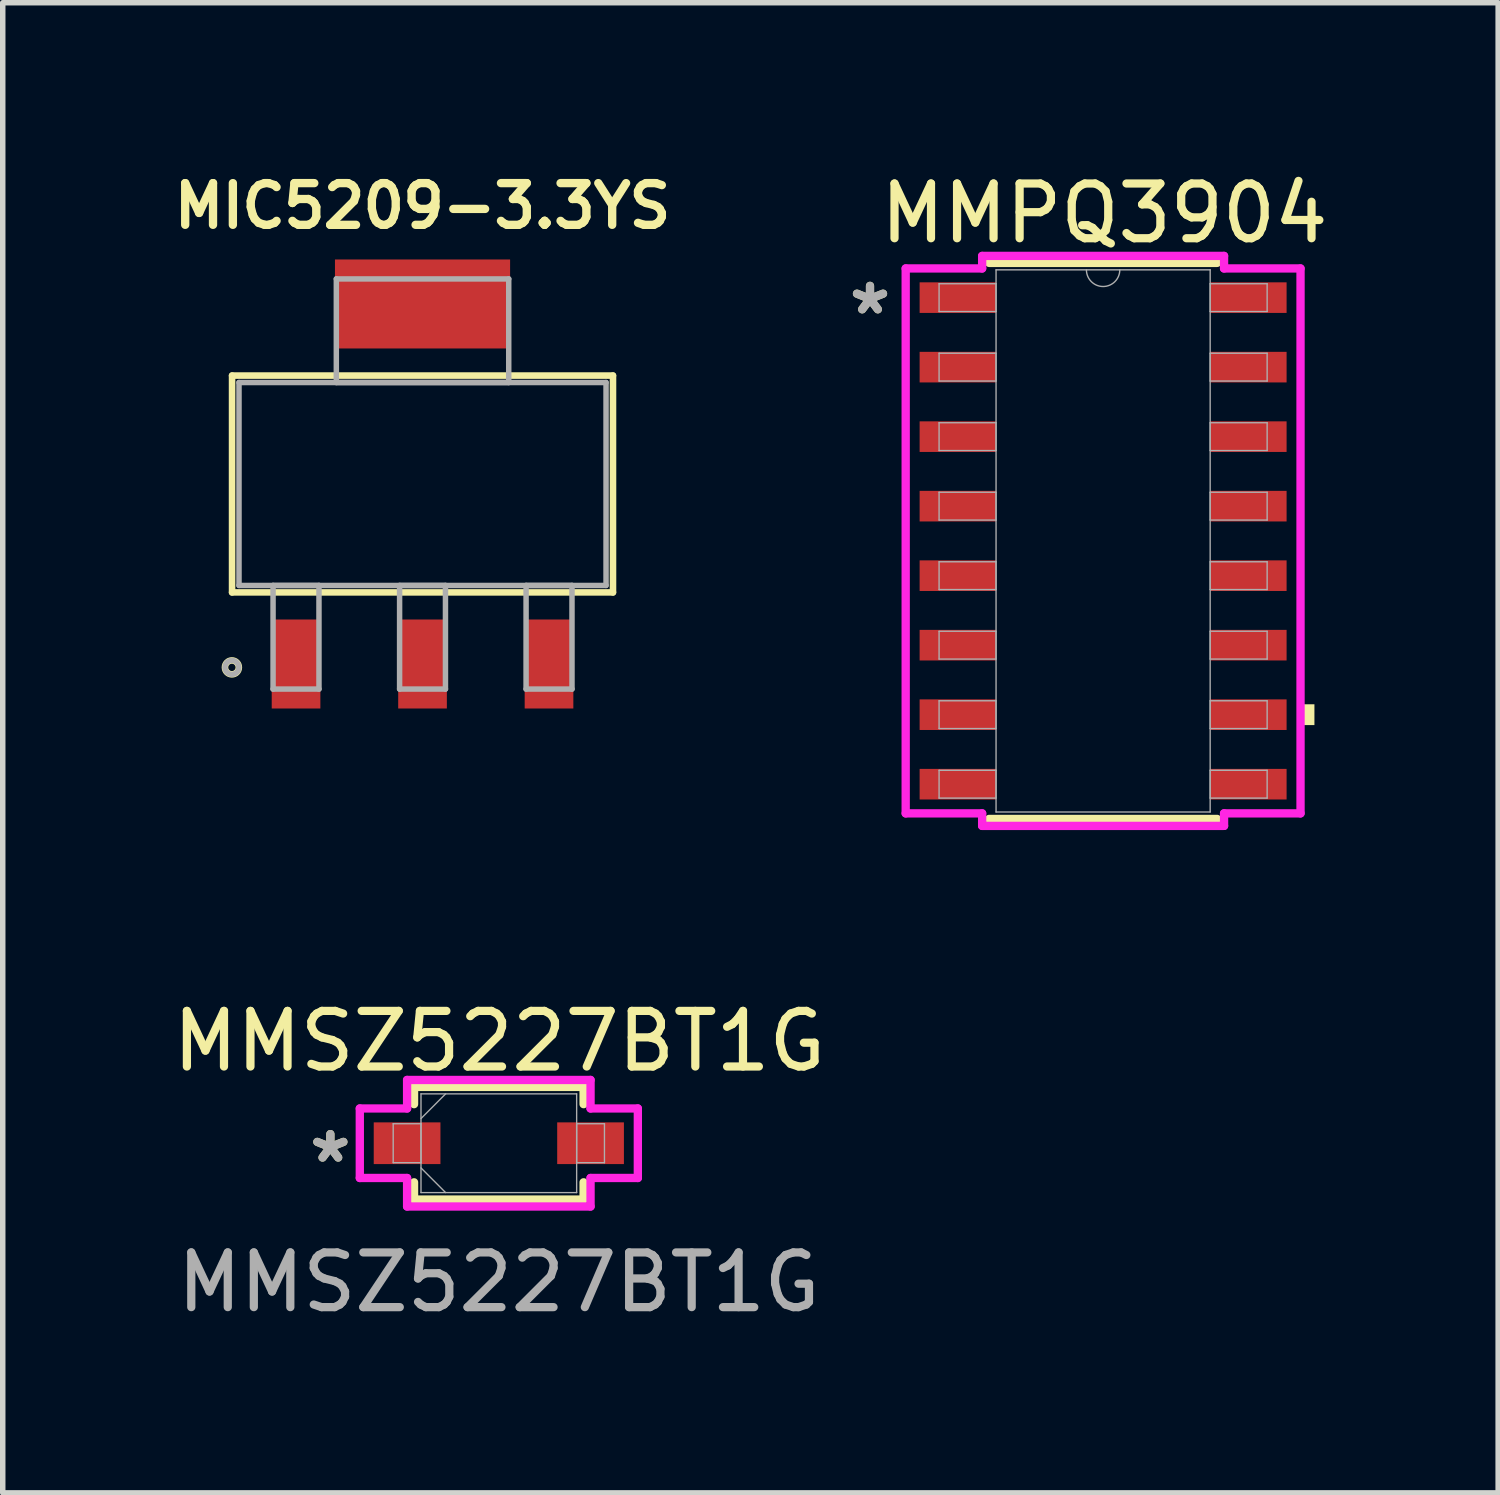
<source format=kicad_pcb>
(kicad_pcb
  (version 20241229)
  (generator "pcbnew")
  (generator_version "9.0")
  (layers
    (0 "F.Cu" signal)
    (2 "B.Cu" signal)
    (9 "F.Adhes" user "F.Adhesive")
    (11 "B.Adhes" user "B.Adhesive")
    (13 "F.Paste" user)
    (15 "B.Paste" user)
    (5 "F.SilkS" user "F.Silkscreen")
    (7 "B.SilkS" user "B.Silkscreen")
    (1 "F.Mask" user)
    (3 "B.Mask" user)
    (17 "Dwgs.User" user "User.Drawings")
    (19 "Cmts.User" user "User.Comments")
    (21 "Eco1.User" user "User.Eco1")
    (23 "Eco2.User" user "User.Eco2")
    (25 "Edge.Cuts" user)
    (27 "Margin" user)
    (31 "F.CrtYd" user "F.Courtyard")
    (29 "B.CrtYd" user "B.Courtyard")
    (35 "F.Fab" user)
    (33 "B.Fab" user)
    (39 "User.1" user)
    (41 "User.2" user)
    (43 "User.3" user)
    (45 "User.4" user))
  (footprint "MMSZ5227BT1G"
    (layer "F.Cu")
    (at 6.064 17.838)
    (property "Reference" "MMSZ5227BT1G" (at 0.01 -1.864 0) (unlocked yes) (layer "F.SilkS") (effects (font (size 1.016 1.016) (thickness 0.15))))
    (attr smd)
    (fp_line (start -1.549 -1.029) (end -1.549 -0.714) (stroke (width 0.152) (type solid)) (layer "F.SilkS"))
    (fp_line (start -1.549 0.714) (end -1.549 1.029) (stroke (width 0.152) (type solid)) (layer "F.SilkS"))
    (fp_line (start -1.549 1.029) (end 1.549 1.029) (stroke (width 0.152) (type solid)) (layer "F.SilkS"))
    (fp_line (start 1.549 -1.029) (end -1.549 -1.029) (stroke (width 0.152) (type solid)) (layer "F.SilkS"))
    (fp_line (start 1.549 -0.714) (end 1.549 -1.029) (stroke (width 0.152) (type solid)) (layer "F.SilkS"))
    (fp_line (start 1.549 1.029) (end 1.549 0.714) (stroke (width 0.152) (type solid)) (layer "F.SilkS"))
    (fp_line (start -2.54 -0.635) (end -1.676 -0.635) (stroke (width 0.152) (type solid)) (layer "F.CrtYd"))
    (fp_line (start -2.54 0.635) (end -2.54 -0.635) (stroke (width 0.152) (type solid)) (layer "F.CrtYd"))
    (fp_line (start -1.676 -1.156) (end 1.676 -1.156) (stroke (width 0.152) (type solid)) (layer "F.CrtYd"))
    (fp_line (start -1.676 -0.635) (end -1.676 -1.156) (stroke (width 0.152) (type solid)) (layer "F.CrtYd"))
    (fp_line (start -1.676 0.635) (end -2.54 0.635) (stroke (width 0.152) (type solid)) (layer "F.CrtYd"))
    (fp_line (start -1.676 1.156) (end -1.676 0.635) (stroke (width 0.152) (type solid)) (layer "F.CrtYd"))
    (fp_line (start 1.676 -1.156) (end 1.676 -0.635) (stroke (width 0.152) (type solid)) (layer "F.CrtYd"))
    (fp_line (start 1.676 -0.635) (end 2.54 -0.635) (stroke (width 0.152) (type solid)) (layer "F.CrtYd"))
    (fp_line (start 1.676 0.635) (end 1.676 1.156) (stroke (width 0.152) (type solid)) (layer "F.CrtYd"))
    (fp_line (start 1.676 1.156) (end -1.676 1.156) (stroke (width 0.152) (type solid)) (layer "F.CrtYd"))
    (fp_line (start 2.54 -0.635) (end 2.54 0.635) (stroke (width 0.152) (type solid)) (layer "F.CrtYd"))
    (fp_line (start 2.54 0.635) (end 1.676 0.635) (stroke (width 0.152) (type solid)) (layer "F.CrtYd"))
    (fp_line (start -1.93 -0.356) (end -1.93 0.356) (stroke (width 0.025) (type solid)) (layer "F.Fab"))
    (fp_line (start -1.93 0.356) (end -1.422 0.356) (stroke (width 0.025) (type solid)) (layer "F.Fab"))
    (fp_line (start -1.422 -0.902) (end -1.422 0.902) (stroke (width 0.025) (type solid)) (layer "F.Fab"))
    (fp_line (start -1.422 -0.451) (end -0.972 -0.902) (stroke (width 0.025) (type solid)) (layer "F.Fab"))
    (fp_line (start -1.422 -0.356) (end -1.93 -0.356) (stroke (width 0.025) (type solid)) (layer "F.Fab"))
    (fp_line (start -1.422 0.356) (end -1.422 -0.356) (stroke (width 0.025) (type solid)) (layer "F.Fab"))
    (fp_line (start -1.422 0.451) (end -0.972 0.902) (stroke (width 0.025) (type solid)) (layer "F.Fab"))
    (fp_line (start -1.422 0.902) (end 1.422 0.902) (stroke (width 0.025) (type solid)) (layer "F.Fab"))
    (fp_line (start 1.422 -0.902) (end -1.422 -0.902) (stroke (width 0.025) (type solid)) (layer "F.Fab"))
    (fp_line (start 1.422 -0.356) (end 1.422 0.356) (stroke (width 0.025) (type solid)) (layer "F.Fab"))
    (fp_line (start 1.422 0.356) (end 1.93 0.356) (stroke (width 0.025) (type solid)) (layer "F.Fab"))
    (fp_line (start 1.422 0.902) (end 1.422 -0.902) (stroke (width 0.025) (type solid)) (layer "F.Fab"))
    (fp_line (start 1.93 -0.356) (end 1.422 -0.356) (stroke (width 0.025) (type solid)) (layer "F.Fab"))
    (fp_line (start 1.93 0.356) (end 1.93 -0.356) (stroke (width 0.025) (type solid)) (layer "F.Fab"))
    (fp_text user "*" (at -3.078 0.378 0) (layer "F.SilkS") (effects (font (size 1 1) (thickness 0.15))))
    (fp_text user "*" (at -3.078 0.378 0) (layer "F.Fab") (effects (font (size 1 1) (thickness 0.15))))
    (fp_text user "${REFERENCE}" (at 0 2.54 0) (unlocked yes) (layer "F.Fab") (effects (font (size 1 1) (thickness 0.15))))
    (pad "1" smd rect (at -1.676 0) (size 1.219 0.762) (layers "F.Cu" "F.Mask" "F.Paste"))
    (pad "2" smd rect (at 1.676 0) (size 1.219 0.762) (layers "F.Cu" "F.Mask" "F.Paste")))
  (footprint "MIC5209-3.3YS"
    (layer "F.Cu")
    (at 4.67 5.793)
    (property "Reference" "MIC5209-3.3YS" (at 0 -5.08 0) (layer "F.SilkS") (effects (font (size 0.762 0.762) (thickness 0.152) (bold yes))))
    (attr smd)
    (fp_line (start -3.48 -1.981) (end -3.48 1.981) (stroke (width 0.12) (type solid)) (layer "F.SilkS"))
    (fp_line (start -3.48 1.981) (end 3.48 1.981) (stroke (width 0.12) (type solid)) (layer "F.SilkS"))
    (fp_line (start 3.48 -1.981) (end -3.48 -1.981) (stroke (width 0.12) (type solid)) (layer "F.SilkS"))
    (fp_line (start 3.48 1.981) (end 3.48 -1.981) (stroke (width 0.12) (type solid)) (layer "F.SilkS"))
    (fp_circle (center -3.483 3.351) (end -3.356 3.351) (stroke (width 0.12) (type solid)) (fill no) (layer "F.SilkS"))
    (fp_line (start -3.353 -1.854) (end -3.353 1.854) (stroke (width 0.1) (type solid)) (layer "F.Fab"))
    (fp_line (start -3.353 1.854) (end 3.353 1.854) (stroke (width 0.1) (type solid)) (layer "F.Fab"))
    (fp_line (start -2.731 1.854) (end -2.731 3.747) (stroke (width 0.1) (type solid)) (layer "F.Fab"))
    (fp_line (start -2.731 3.747) (end -1.892 3.747) (stroke (width 0.1) (type solid)) (layer "F.Fab"))
    (fp_line (start -1.892 1.854) (end -2.731 1.854) (stroke (width 0.1) (type solid)) (layer "F.Fab"))
    (fp_line (start -1.892 3.747) (end -1.892 1.854) (stroke (width 0.1) (type solid)) (layer "F.Fab"))
    (fp_line (start -1.575 -3.747) (end -1.575 -1.854) (stroke (width 0.1) (type solid)) (layer "F.Fab"))
    (fp_line (start -1.575 -1.854) (end 1.575 -1.854) (stroke (width 0.1) (type solid)) (layer "F.Fab"))
    (fp_line (start -0.419 1.854) (end -0.419 3.747) (stroke (width 0.1) (type solid)) (layer "F.Fab"))
    (fp_line (start -0.419 3.747) (end 0.419 3.747) (stroke (width 0.1) (type solid)) (layer "F.Fab"))
    (fp_line (start 0.419 1.854) (end -0.419 1.854) (stroke (width 0.1) (type solid)) (layer "F.Fab"))
    (fp_line (start 0.419 3.747) (end 0.419 1.854) (stroke (width 0.1) (type solid)) (layer "F.Fab"))
    (fp_line (start 1.575 -3.747) (end -1.575 -3.747) (stroke (width 0.1) (type solid)) (layer "F.Fab"))
    (fp_line (start 1.575 -1.854) (end 1.575 -3.747) (stroke (width 0.1) (type solid)) (layer "F.Fab"))
    (fp_line (start 1.892 1.854) (end 1.892 3.747) (stroke (width 0.1) (type solid)) (layer "F.Fab"))
    (fp_line (start 1.892 3.747) (end 2.731 3.747) (stroke (width 0.1) (type solid)) (layer "F.Fab"))
    (fp_line (start 2.731 1.854) (end 1.892 1.854) (stroke (width 0.1) (type solid)) (layer "F.Fab"))
    (fp_line (start 2.731 3.747) (end 2.731 1.854) (stroke (width 0.1) (type solid)) (layer "F.Fab"))
    (fp_line (start 3.353 -1.854) (end -3.353 -1.854) (stroke (width 0.1) (type solid)) (layer "F.Fab"))
    (fp_line (start 3.353 1.854) (end 3.353 -1.854) (stroke (width 0.1) (type solid)) (layer "F.Fab"))
    (fp_circle (center -3.483 3.351) (end -3.356 3.351) (stroke (width 0.1) (type solid)) (fill no) (layer "F.Fab"))
    (pad "1" smd rect (at -2.311 3.289) (size 0.889 1.626) (layers "F.Cu" "F.Mask" "F.Paste"))
    (pad "2" smd rect (at 0 3.289) (size 0.889 1.626) (layers "F.Cu" "F.Mask" "F.Paste"))
    (pad "3" smd rect (at 2.311 3.289) (size 0.889 1.626) (layers "F.Cu" "F.Mask" "F.Paste"))
    (pad "4" smd rect (at 0 -3.289) (size 3.2 1.626) (layers "F.Cu" "F.Mask" "F.Paste")))
  (footprint "MMPQ3904"
    (layer "F.Cu")
    (at 17.105 6.833)
    (property "Reference" "MMPQ3904" (at 0.022 -5.985 0) (unlocked yes) (layer "F.SilkS") (effects (font (size 1 1) (thickness 0.15))))
    (attr smd)
    (fp_line (start -2.083 5.08) (end 2.083 5.08) (stroke (width 0.152) (type solid)) (layer "F.SilkS"))
    (fp_line (start 2.083 -5.08) (end -2.083 -5.08) (stroke (width 0.152) (type solid)) (layer "F.SilkS"))
    (fp_poly (pts (xy 3.861 2.985) (xy 3.861 3.365) (xy 3.607 3.365) (xy 3.607 2.985)) (stroke (width 0) (type solid)) (fill yes) (layer "F.SilkS"))
    (fp_line (start -3.607 -4.978) (end -2.21 -4.978) (stroke (width 0.152) (type solid)) (layer "F.CrtYd"))
    (fp_line (start -3.607 4.978) (end -3.607 -4.978) (stroke (width 0.152) (type solid)) (layer "F.CrtYd"))
    (fp_line (start -3.607 4.978) (end -2.21 4.978) (stroke (width 0.152) (type solid)) (layer "F.CrtYd"))
    (fp_line (start -2.21 -5.207) (end 2.21 -5.207) (stroke (width 0.152) (type solid)) (layer "F.CrtYd"))
    (fp_line (start -2.21 -4.978) (end -2.21 -5.207) (stroke (width 0.152) (type solid)) (layer "F.CrtYd"))
    (fp_line (start -2.21 5.207) (end -2.21 4.978) (stroke (width 0.152) (type solid)) (layer "F.CrtYd"))
    (fp_line (start 2.21 -5.207) (end 2.21 -4.978) (stroke (width 0.152) (type solid)) (layer "F.CrtYd"))
    (fp_line (start 2.21 4.978) (end 2.21 5.207) (stroke (width 0.152) (type solid)) (layer "F.CrtYd"))
    (fp_line (start 2.21 5.207) (end -2.21 5.207) (stroke (width 0.152) (type solid)) (layer "F.CrtYd"))
    (fp_line (start 3.607 -4.978) (end 2.21 -4.978) (stroke (width 0.152) (type solid)) (layer "F.CrtYd"))
    (fp_line (start 3.607 -4.978) (end 3.607 4.978) (stroke (width 0.152) (type solid)) (layer "F.CrtYd"))
    (fp_line (start 3.607 4.978) (end 2.21 4.978) (stroke (width 0.152) (type solid)) (layer "F.CrtYd"))
    (fp_line (start -2.997 -4.699) (end -2.997 -4.191) (stroke (width 0.025) (type solid)) (layer "F.Fab"))
    (fp_line (start -2.997 -4.191) (end -1.956 -4.191) (stroke (width 0.025) (type solid)) (layer "F.Fab"))
    (fp_line (start -2.997 -3.429) (end -2.997 -2.921) (stroke (width 0.025) (type solid)) (layer "F.Fab"))
    (fp_line (start -2.997 -2.921) (end -1.956 -2.921) (stroke (width 0.025) (type solid)) (layer "F.Fab"))
    (fp_line (start -2.997 -2.159) (end -2.997 -1.651) (stroke (width 0.025) (type solid)) (layer "F.Fab"))
    (fp_line (start -2.997 -1.651) (end -1.956 -1.651) (stroke (width 0.025) (type solid)) (layer "F.Fab"))
    (fp_line (start -2.997 -0.889) (end -2.997 -0.381) (stroke (width 0.025) (type solid)) (layer "F.Fab"))
    (fp_line (start -2.997 -0.381) (end -1.956 -0.381) (stroke (width 0.025) (type solid)) (layer "F.Fab"))
    (fp_line (start -2.997 0.381) (end -2.997 0.889) (stroke (width 0.025) (type solid)) (layer "F.Fab"))
    (fp_line (start -2.997 0.889) (end -1.956 0.889) (stroke (width 0.025) (type solid)) (layer "F.Fab"))
    (fp_line (start -2.997 1.651) (end -2.997 2.159) (stroke (width 0.025) (type solid)) (layer "F.Fab"))
    (fp_line (start -2.997 2.159) (end -1.956 2.159) (stroke (width 0.025) (type solid)) (layer "F.Fab"))
    (fp_line (start -2.997 2.921) (end -2.997 3.429) (stroke (width 0.025) (type solid)) (layer "F.Fab"))
    (fp_line (start -2.997 3.429) (end -1.956 3.429) (stroke (width 0.025) (type solid)) (layer "F.Fab"))
    (fp_line (start -2.997 4.191) (end -2.997 4.699) (stroke (width 0.025) (type solid)) (layer "F.Fab"))
    (fp_line (start -2.997 4.699) (end -1.956 4.699) (stroke (width 0.025) (type solid)) (layer "F.Fab"))
    (fp_line (start -1.956 -4.953) (end -1.956 4.953) (stroke (width 0.025) (type solid)) (layer "F.Fab"))
    (fp_line (start -1.956 -4.699) (end -2.997 -4.699) (stroke (width 0.025) (type solid)) (layer "F.Fab"))
    (fp_line (start -1.956 -4.191) (end -1.956 -4.699) (stroke (width 0.025) (type solid)) (layer "F.Fab"))
    (fp_line (start -1.956 -3.429) (end -2.997 -3.429) (stroke (width 0.025) (type solid)) (layer "F.Fab"))
    (fp_line (start -1.956 -2.921) (end -1.956 -3.429) (stroke (width 0.025) (type solid)) (layer "F.Fab"))
    (fp_line (start -1.956 -2.159) (end -2.997 -2.159) (stroke (width 0.025) (type solid)) (layer "F.Fab"))
    (fp_line (start -1.956 -1.651) (end -1.956 -2.159) (stroke (width 0.025) (type solid)) (layer "F.Fab"))
    (fp_line (start -1.956 -0.889) (end -2.997 -0.889) (stroke (width 0.025) (type solid)) (layer "F.Fab"))
    (fp_line (start -1.956 -0.381) (end -1.956 -0.889) (stroke (width 0.025) (type solid)) (layer "F.Fab"))
    (fp_line (start -1.956 0.381) (end -2.997 0.381) (stroke (width 0.025) (type solid)) (layer "F.Fab"))
    (fp_line (start -1.956 0.889) (end -1.956 0.381) (stroke (width 0.025) (type solid)) (layer "F.Fab"))
    (fp_line (start -1.956 1.651) (end -2.997 1.651) (stroke (width 0.025) (type solid)) (layer "F.Fab"))
    (fp_line (start -1.956 2.159) (end -1.956 1.651) (stroke (width 0.025) (type solid)) (layer "F.Fab"))
    (fp_line (start -1.956 2.921) (end -2.997 2.921) (stroke (width 0.025) (type solid)) (layer "F.Fab"))
    (fp_line (start -1.956 3.429) (end -1.956 2.921) (stroke (width 0.025) (type solid)) (layer "F.Fab"))
    (fp_line (start -1.956 4.191) (end -2.997 4.191) (stroke (width 0.025) (type solid)) (layer "F.Fab"))
    (fp_line (start -1.956 4.699) (end -1.956 4.191) (stroke (width 0.025) (type solid)) (layer "F.Fab"))
    (fp_line (start -1.956 4.953) (end 1.956 4.953) (stroke (width 0.025) (type solid)) (layer "F.Fab"))
    (fp_line (start 1.956 -4.953) (end -1.956 -4.953) (stroke (width 0.025) (type solid)) (layer "F.Fab"))
    (fp_line (start 1.956 -4.699) (end 1.956 -4.191) (stroke (width 0.025) (type solid)) (layer "F.Fab"))
    (fp_line (start 1.956 -4.191) (end 2.997 -4.191) (stroke (width 0.025) (type solid)) (layer "F.Fab"))
    (fp_line (start 1.956 -3.429) (end 1.956 -2.921) (stroke (width 0.025) (type solid)) (layer "F.Fab"))
    (fp_line (start 1.956 -2.921) (end 2.997 -2.921) (stroke (width 0.025) (type solid)) (layer "F.Fab"))
    (fp_line (start 1.956 -2.159) (end 1.956 -1.651) (stroke (width 0.025) (type solid)) (layer "F.Fab"))
    (fp_line (start 1.956 -1.651) (end 2.997 -1.651) (stroke (width 0.025) (type solid)) (layer "F.Fab"))
    (fp_line (start 1.956 -0.889) (end 1.956 -0.381) (stroke (width 0.025) (type solid)) (layer "F.Fab"))
    (fp_line (start 1.956 -0.381) (end 2.997 -0.381) (stroke (width 0.025) (type solid)) (layer "F.Fab"))
    (fp_line (start 1.956 0.381) (end 1.956 0.889) (stroke (width 0.025) (type solid)) (layer "F.Fab"))
    (fp_line (start 1.956 0.889) (end 2.997 0.889) (stroke (width 0.025) (type solid)) (layer "F.Fab"))
    (fp_line (start 1.956 1.651) (end 1.956 2.159) (stroke (width 0.025) (type solid)) (layer "F.Fab"))
    (fp_line (start 1.956 2.159) (end 2.997 2.159) (stroke (width 0.025) (type solid)) (layer "F.Fab"))
    (fp_line (start 1.956 2.921) (end 1.956 3.429) (stroke (width 0.025) (type solid)) (layer "F.Fab"))
    (fp_line (start 1.956 3.429) (end 2.997 3.429) (stroke (width 0.025) (type solid)) (layer "F.Fab"))
    (fp_line (start 1.956 4.191) (end 1.956 4.699) (stroke (width 0.025) (type solid)) (layer "F.Fab"))
    (fp_line (start 1.956 4.699) (end 2.997 4.699) (stroke (width 0.025) (type solid)) (layer "F.Fab"))
    (fp_line (start 1.956 4.953) (end 1.956 -4.953) (stroke (width 0.025) (type solid)) (layer "F.Fab"))
    (fp_line (start 2.997 -4.699) (end 1.956 -4.699) (stroke (width 0.025) (type solid)) (layer "F.Fab"))
    (fp_line (start 2.997 -4.191) (end 2.997 -4.699) (stroke (width 0.025) (type solid)) (layer "F.Fab"))
    (fp_line (start 2.997 -3.429) (end 1.956 -3.429) (stroke (width 0.025) (type solid)) (layer "F.Fab"))
    (fp_line (start 2.997 -2.921) (end 2.997 -3.429) (stroke (width 0.025) (type solid)) (layer "F.Fab"))
    (fp_line (start 2.997 -2.159) (end 1.956 -2.159) (stroke (width 0.025) (type solid)) (layer "F.Fab"))
    (fp_line (start 2.997 -1.651) (end 2.997 -2.159) (stroke (width 0.025) (type solid)) (layer "F.Fab"))
    (fp_line (start 2.997 -0.889) (end 1.956 -0.889) (stroke (width 0.025) (type solid)) (layer "F.Fab"))
    (fp_line (start 2.997 -0.381) (end 2.997 -0.889) (stroke (width 0.025) (type solid)) (layer "F.Fab"))
    (fp_line (start 2.997 0.381) (end 1.956 0.381) (stroke (width 0.025) (type solid)) (layer "F.Fab"))
    (fp_line (start 2.997 0.889) (end 2.997 0.381) (stroke (width 0.025) (type solid)) (layer "F.Fab"))
    (fp_line (start 2.997 1.651) (end 1.956 1.651) (stroke (width 0.025) (type solid)) (layer "F.Fab"))
    (fp_line (start 2.997 2.159) (end 2.997 1.651) (stroke (width 0.025) (type solid)) (layer "F.Fab"))
    (fp_line (start 2.997 2.921) (end 1.956 2.921) (stroke (width 0.025) (type solid)) (layer "F.Fab"))
    (fp_line (start 2.997 3.429) (end 2.997 2.921) (stroke (width 0.025) (type solid)) (layer "F.Fab"))
    (fp_line (start 2.997 4.191) (end 1.956 4.191) (stroke (width 0.025) (type solid)) (layer "F.Fab"))
    (fp_line (start 2.997 4.699) (end 2.997 4.191) (stroke (width 0.025) (type solid)) (layer "F.Fab"))
    (fp_arc (start 0.3048 -4.953) (mid 0 -4.6482) (end -0.3048 -4.953) (stroke (width 0.0254) (type solid)) (layer "F.Fab"))
    (fp_text user "*" (at -4.259 -4.115 0) (layer "F.SilkS") (effects (font (size 1 1) (thickness 0.15))))
    (fp_text user "*" (at -4.259 -4.115 0) (layer "F.Fab") (effects (font (size 1 1) (thickness 0.15))))
    (pad "1" smd rect (at -2.654 -4.445) (size 1.397 0.559) (layers "F.Cu" "F.Mask" "F.Paste"))
    (pad "2" smd rect (at -2.654 -3.175) (size 1.397 0.559) (layers "F.Cu" "F.Mask" "F.Paste"))
    (pad "3" smd rect (at -2.654 -1.905) (size 1.397 0.559) (layers "F.Cu" "F.Mask" "F.Paste"))
    (pad "4" smd rect (at -2.654 -0.635) (size 1.397 0.559) (layers "F.Cu" "F.Mask" "F.Paste"))
    (pad "5" smd rect (at -2.654 0.635) (size 1.397 0.559) (layers "F.Cu" "F.Mask" "F.Paste"))
    (pad "6" smd rect (at -2.654 1.905) (size 1.397 0.559) (layers "F.Cu" "F.Mask" "F.Paste"))
    (pad "7" smd rect (at -2.654 3.175) (size 1.397 0.559) (layers "F.Cu" "F.Mask" "F.Paste"))
    (pad "8" smd rect (at -2.654 4.445) (size 1.397 0.559) (layers "F.Cu" "F.Mask" "F.Paste"))
    (pad "9" smd rect (at 2.654 4.445) (size 1.397 0.559) (layers "F.Cu" "F.Mask" "F.Paste"))
    (pad "10" smd rect (at 2.654 3.175) (size 1.397 0.559) (layers "F.Cu" "F.Mask" "F.Paste"))
    (pad "11" smd rect (at 2.654 1.905) (size 1.397 0.559) (layers "F.Cu" "F.Mask" "F.Paste"))
    (pad "12" smd rect (at 2.654 0.635) (size 1.397 0.559) (layers "F.Cu" "F.Mask" "F.Paste"))
    (pad "13" smd rect (at 2.654 -0.635) (size 1.397 0.559) (layers "F.Cu" "F.Mask" "F.Paste"))
    (pad "14" smd rect (at 2.654 -1.905) (size 1.397 0.559) (layers "F.Cu" "F.Mask" "F.Paste"))
    (pad "15" smd rect (at 2.654 -3.175) (size 1.397 0.559) (layers "F.Cu" "F.Mask" "F.Paste"))
    (pad "16" smd rect (at 2.654 -4.445) (size 1.397 0.559) (layers "F.Cu" "F.Mask" "F.Paste")))
  (gr_rect
    (start -3 -3)
    (end 24.323 24.226)
    (stroke (width 0.1) (type default))
    (fill no)
    (layer "Edge.Cuts")))
</source>
